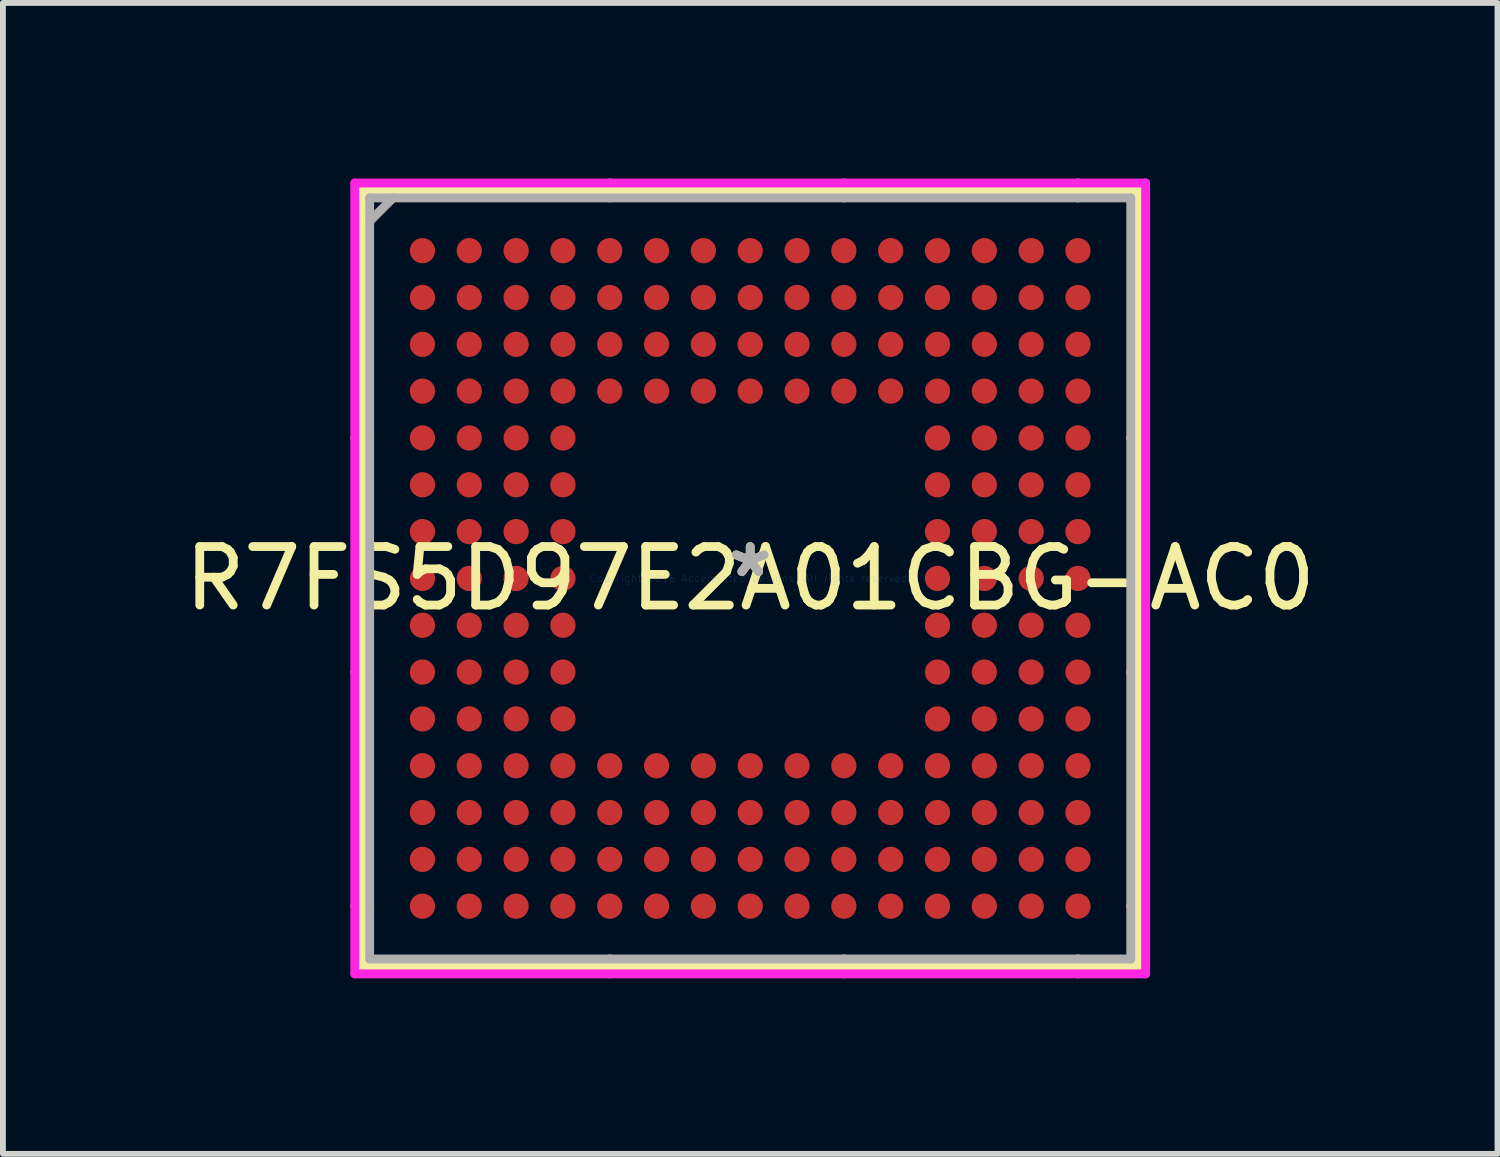
<source format=kicad_pcb>
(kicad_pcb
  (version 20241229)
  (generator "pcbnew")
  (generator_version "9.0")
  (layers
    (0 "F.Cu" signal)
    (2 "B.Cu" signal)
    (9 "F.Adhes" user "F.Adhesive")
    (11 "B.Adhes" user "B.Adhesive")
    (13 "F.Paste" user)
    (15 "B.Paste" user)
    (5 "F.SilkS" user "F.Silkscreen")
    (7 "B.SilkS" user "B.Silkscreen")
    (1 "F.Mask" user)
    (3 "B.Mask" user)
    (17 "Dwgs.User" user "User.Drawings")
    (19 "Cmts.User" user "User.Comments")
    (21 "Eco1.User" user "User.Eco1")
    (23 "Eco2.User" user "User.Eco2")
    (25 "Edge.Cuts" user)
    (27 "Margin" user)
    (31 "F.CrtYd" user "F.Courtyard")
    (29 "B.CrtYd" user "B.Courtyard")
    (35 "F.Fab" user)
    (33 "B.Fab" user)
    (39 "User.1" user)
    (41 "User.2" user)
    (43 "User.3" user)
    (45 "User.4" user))
  (footprint "R7FS5D97E2A01CBG-AC0"
    (layer "F.Cu")
    (at 9.768 6.833)
    (property "Reference" "R7FS5D97E2A01CBG-AC0" (at 0 0 0) (layer "F.SilkS") (effects (font (size 1 1) (thickness 0.15))))
    (attr through_hole)
    (fp_line (start -6.629 -6.629) (end -6.629 6.629) (stroke (width 0.152) (type solid)) (layer "F.SilkS"))
    (fp_line (start -6.629 6.629) (end 6.629 6.629) (stroke (width 0.152) (type solid)) (layer "F.SilkS"))
    (fp_line (start -6.502 -2.4) (end -6.756 -2.4) (stroke (width 0.152) (type solid)) (layer "F.SilkS"))
    (fp_line (start -6.502 1.6) (end -6.756 1.6) (stroke (width 0.152) (type solid)) (layer "F.SilkS"))
    (fp_line (start -6.502 5.6) (end -6.756 5.6) (stroke (width 0.152) (type solid)) (layer "F.SilkS"))
    (fp_line (start -2.4 -6.502) (end -2.4 -6.756) (stroke (width 0.152) (type solid)) (layer "F.SilkS"))
    (fp_line (start -2.4 6.502) (end -2.4 6.756) (stroke (width 0.152) (type solid)) (layer "F.SilkS"))
    (fp_line (start 1.6 -6.502) (end 1.6 -6.756) (stroke (width 0.152) (type solid)) (layer "F.SilkS"))
    (fp_line (start 1.6 6.502) (end 1.6 6.756) (stroke (width 0.152) (type solid)) (layer "F.SilkS"))
    (fp_line (start 5.6 -6.502) (end 5.6 -6.756) (stroke (width 0.152) (type solid)) (layer "F.SilkS"))
    (fp_line (start 5.6 6.502) (end 5.6 6.756) (stroke (width 0.152) (type solid)) (layer "F.SilkS"))
    (fp_line (start 6.502 -2.4) (end 6.756 -2.4) (stroke (width 0.152) (type solid)) (layer "F.SilkS"))
    (fp_line (start 6.502 1.6) (end 6.756 1.6) (stroke (width 0.152) (type solid)) (layer "F.SilkS"))
    (fp_line (start 6.502 5.6) (end 6.756 5.6) (stroke (width 0.152) (type solid)) (layer "F.SilkS"))
    (fp_line (start 6.629 -6.629) (end -6.629 -6.629) (stroke (width 0.152) (type solid)) (layer "F.SilkS"))
    (fp_line (start 6.629 6.629) (end 6.629 -6.629) (stroke (width 0.152) (type solid)) (layer "F.SilkS"))
    (fp_line (start -6.756 -6.756) (end 6.756 -6.756) (stroke (width 0.152) (type solid)) (layer "F.CrtYd"))
    (fp_line (start -6.756 6.756) (end -6.756 -6.756) (stroke (width 0.152) (type solid)) (layer "F.CrtYd"))
    (fp_line (start 6.756 -6.756) (end 6.756 6.756) (stroke (width 0.152) (type solid)) (layer "F.CrtYd"))
    (fp_line (start 6.756 6.756) (end -6.756 6.756) (stroke (width 0.152) (type solid)) (layer "F.CrtYd"))
    (fp_line (start -6.502 -6.502) (end -6.502 6.502) (stroke (width 0.152) (type solid)) (layer "F.Fab"))
    (fp_line (start -6.502 6.502) (end 6.502 6.502) (stroke (width 0.152) (type solid)) (layer "F.Fab"))
    (fp_line (start -6.102 -6.502) (end -6.502 -6.102) (stroke (width 0.152) (type solid)) (layer "F.Fab"))
    (fp_line (start 6.502 -6.502) (end -6.502 -6.502) (stroke (width 0.152) (type solid)) (layer "F.Fab"))
    (fp_line (start 6.502 6.502) (end 6.502 -6.502) (stroke (width 0.152) (type solid)) (layer "F.Fab"))
    (fp_text user "*" (at 0 0 0) (layer "F.SilkS") (effects (font (size 1 1) (thickness 0.15))))
    (fp_text user "Copyright 2016 Accelerated Designs. All rights reserved." (at 0 0 0) (layer "Cmts.User") (effects (font (size 0.127 0.127) (thickness 0.002))))
    (fp_text user "*" (at 0 0 0) (layer "F.Fab") (effects (font (size 1 1) (thickness 0.15))))
    (pad "A1" smd circle (at -5.6 -5.6) (size 0.432 0.432) (layers "F.Cu" "F.Mask" "F.Paste"))
    (pad "A2" smd circle (at -4.8 -5.6) (size 0.432 0.432) (layers "F.Cu" "F.Mask" "F.Paste"))
    (pad "A3" smd circle (at -4 -5.6) (size 0.432 0.432) (layers "F.Cu" "F.Mask" "F.Paste"))
    (pad "A4" smd circle (at -3.2 -5.6) (size 0.432 0.432) (layers "F.Cu" "F.Mask" "F.Paste"))
    (pad "A5" smd circle (at -2.4 -5.6) (size 0.432 0.432) (layers "F.Cu" "F.Mask" "F.Paste"))
    (pad "A6" smd circle (at -1.6 -5.6) (size 0.432 0.432) (layers "F.Cu" "F.Mask" "F.Paste"))
    (pad "A7" smd circle (at -0.8 -5.6) (size 0.432 0.432) (layers "F.Cu" "F.Mask" "F.Paste"))
    (pad "A8" smd circle (at 0 -5.6) (size 0.432 0.432) (layers "F.Cu" "F.Mask" "F.Paste"))
    (pad "A9" smd circle (at 0.8 -5.6) (size 0.432 0.432) (layers "F.Cu" "F.Mask" "F.Paste"))
    (pad "A10" smd circle (at 1.6 -5.6) (size 0.432 0.432) (layers "F.Cu" "F.Mask" "F.Paste"))
    (pad "A11" smd circle (at 2.4 -5.6) (size 0.432 0.432) (layers "F.Cu" "F.Mask" "F.Paste"))
    (pad "A12" smd circle (at 3.2 -5.6) (size 0.432 0.432) (layers "F.Cu" "F.Mask" "F.Paste"))
    (pad "A13" smd circle (at 4 -5.6) (size 0.432 0.432) (layers "F.Cu" "F.Mask" "F.Paste"))
    (pad "A14" smd circle (at 4.8 -5.6) (size 0.432 0.432) (layers "F.Cu" "F.Mask" "F.Paste"))
    (pad "A15" smd circle (at 5.6 -5.6) (size 0.432 0.432) (layers "F.Cu" "F.Mask" "F.Paste"))
    (pad "B1" smd circle (at -5.6 -4.8) (size 0.432 0.432) (layers "F.Cu" "F.Mask" "F.Paste"))
    (pad "B2" smd circle (at -4.8 -4.8) (size 0.432 0.432) (layers "F.Cu" "F.Mask" "F.Paste"))
    (pad "B3" smd circle (at -4 -4.8) (size 0.432 0.432) (layers "F.Cu" "F.Mask" "F.Paste"))
    (pad "B4" smd circle (at -3.2 -4.8) (size 0.432 0.432) (layers "F.Cu" "F.Mask" "F.Paste"))
    (pad "B5" smd circle (at -2.4 -4.8) (size 0.432 0.432) (layers "F.Cu" "F.Mask" "F.Paste"))
    (pad "B6" smd circle (at -1.6 -4.8) (size 0.432 0.432) (layers "F.Cu" "F.Mask" "F.Paste"))
    (pad "B7" smd circle (at -0.8 -4.8) (size 0.432 0.432) (layers "F.Cu" "F.Mask" "F.Paste"))
    (pad "B8" smd circle (at 0 -4.8) (size 0.432 0.432) (layers "F.Cu" "F.Mask" "F.Paste"))
    (pad "B9" smd circle (at 0.8 -4.8) (size 0.432 0.432) (layers "F.Cu" "F.Mask" "F.Paste"))
    (pad "B10" smd circle (at 1.6 -4.8) (size 0.432 0.432) (layers "F.Cu" "F.Mask" "F.Paste"))
    (pad "B11" smd circle (at 2.4 -4.8) (size 0.432 0.432) (layers "F.Cu" "F.Mask" "F.Paste"))
    (pad "B12" smd circle (at 3.2 -4.8) (size 0.432 0.432) (layers "F.Cu" "F.Mask" "F.Paste"))
    (pad "B13" smd circle (at 4 -4.8) (size 0.432 0.432) (layers "F.Cu" "F.Mask" "F.Paste"))
    (pad "B14" smd circle (at 4.8 -4.8) (size 0.432 0.432) (layers "F.Cu" "F.Mask" "F.Paste"))
    (pad "B15" smd circle (at 5.6 -4.8) (size 0.432 0.432) (layers "F.Cu" "F.Mask" "F.Paste"))
    (pad "C1" smd circle (at -5.6 -4) (size 0.432 0.432) (layers "F.Cu" "F.Mask" "F.Paste"))
    (pad "C2" smd circle (at -4.8 -4) (size 0.432 0.432) (layers "F.Cu" "F.Mask" "F.Paste"))
    (pad "C3" smd circle (at -4 -4) (size 0.432 0.432) (layers "F.Cu" "F.Mask" "F.Paste"))
    (pad "C4" smd circle (at -3.2 -4) (size 0.432 0.432) (layers "F.Cu" "F.Mask" "F.Paste"))
    (pad "C5" smd circle (at -2.4 -4) (size 0.432 0.432) (layers "F.Cu" "F.Mask" "F.Paste"))
    (pad "C6" smd circle (at -1.6 -4) (size 0.432 0.432) (layers "F.Cu" "F.Mask" "F.Paste"))
    (pad "C7" smd circle (at -0.8 -4) (size 0.432 0.432) (layers "F.Cu" "F.Mask" "F.Paste"))
    (pad "C8" smd circle (at 0 -4) (size 0.432 0.432) (layers "F.Cu" "F.Mask" "F.Paste"))
    (pad "C9" smd circle (at 0.8 -4) (size 0.432 0.432) (layers "F.Cu" "F.Mask" "F.Paste"))
    (pad "C10" smd circle (at 1.6 -4) (size 0.432 0.432) (layers "F.Cu" "F.Mask" "F.Paste"))
    (pad "C11" smd circle (at 2.4 -4) (size 0.432 0.432) (layers "F.Cu" "F.Mask" "F.Paste"))
    (pad "C12" smd circle (at 3.2 -4) (size 0.432 0.432) (layers "F.Cu" "F.Mask" "F.Paste"))
    (pad "C13" smd circle (at 4 -4) (size 0.432 0.432) (layers "F.Cu" "F.Mask" "F.Paste"))
    (pad "C14" smd circle (at 4.8 -4) (size 0.432 0.432) (layers "F.Cu" "F.Mask" "F.Paste"))
    (pad "C15" smd circle (at 5.6 -4) (size 0.432 0.432) (layers "F.Cu" "F.Mask" "F.Paste"))
    (pad "D1" smd circle (at -5.6 -3.2) (size 0.432 0.432) (layers "F.Cu" "F.Mask" "F.Paste"))
    (pad "D2" smd circle (at -4.8 -3.2) (size 0.432 0.432) (layers "F.Cu" "F.Mask" "F.Paste"))
    (pad "D3" smd circle (at -4 -3.2) (size 0.432 0.432) (layers "F.Cu" "F.Mask" "F.Paste"))
    (pad "D4" smd circle (at -3.2 -3.2) (size 0.432 0.432) (layers "F.Cu" "F.Mask" "F.Paste"))
    (pad "D5" smd circle (at -2.4 -3.2) (size 0.432 0.432) (layers "F.Cu" "F.Mask" "F.Paste"))
    (pad "D6" smd circle (at -1.6 -3.2) (size 0.432 0.432) (layers "F.Cu" "F.Mask" "F.Paste"))
    (pad "D7" smd circle (at -0.8 -3.2) (size 0.432 0.432) (layers "F.Cu" "F.Mask" "F.Paste"))
    (pad "D8" smd circle (at 0 -3.2) (size 0.432 0.432) (layers "F.Cu" "F.Mask" "F.Paste"))
    (pad "D9" smd circle (at 0.8 -3.2) (size 0.432 0.432) (layers "F.Cu" "F.Mask" "F.Paste"))
    (pad "D10" smd circle (at 1.6 -3.2) (size 0.432 0.432) (layers "F.Cu" "F.Mask" "F.Paste"))
    (pad "D11" smd circle (at 2.4 -3.2) (size 0.432 0.432) (layers "F.Cu" "F.Mask" "F.Paste"))
    (pad "D12" smd circle (at 3.2 -3.2) (size 0.432 0.432) (layers "F.Cu" "F.Mask" "F.Paste"))
    (pad "D13" smd circle (at 4 -3.2) (size 0.432 0.432) (layers "F.Cu" "F.Mask" "F.Paste"))
    (pad "D14" smd circle (at 4.8 -3.2) (size 0.432 0.432) (layers "F.Cu" "F.Mask" "F.Paste"))
    (pad "D15" smd circle (at 5.6 -3.2) (size 0.432 0.432) (layers "F.Cu" "F.Mask" "F.Paste"))
    (pad "E1" smd circle (at -5.6 -2.4) (size 0.432 0.432) (layers "F.Cu" "F.Mask" "F.Paste"))
    (pad "E2" smd circle (at -4.8 -2.4) (size 0.432 0.432) (layers "F.Cu" "F.Mask" "F.Paste"))
    (pad "E3" smd circle (at -4 -2.4) (size 0.432 0.432) (layers "F.Cu" "F.Mask" "F.Paste"))
    (pad "E4" smd circle (at -3.2 -2.4) (size 0.432 0.432) (layers "F.Cu" "F.Mask" "F.Paste"))
    (pad "E12" smd circle (at 3.2 -2.4) (size 0.432 0.432) (layers "F.Cu" "F.Mask" "F.Paste"))
    (pad "E13" smd circle (at 4 -2.4) (size 0.432 0.432) (layers "F.Cu" "F.Mask" "F.Paste"))
    (pad "E14" smd circle (at 4.8 -2.4) (size 0.432 0.432) (layers "F.Cu" "F.Mask" "F.Paste"))
    (pad "E15" smd circle (at 5.6 -2.4) (size 0.432 0.432) (layers "F.Cu" "F.Mask" "F.Paste"))
    (pad "F1" smd circle (at -5.6 -1.6) (size 0.432 0.432) (layers "F.Cu" "F.Mask" "F.Paste"))
    (pad "F2" smd circle (at -4.8 -1.6) (size 0.432 0.432) (layers "F.Cu" "F.Mask" "F.Paste"))
    (pad "F3" smd circle (at -4 -1.6) (size 0.432 0.432) (layers "F.Cu" "F.Mask" "F.Paste"))
    (pad "F4" smd circle (at -3.2 -1.6) (size 0.432 0.432) (layers "F.Cu" "F.Mask" "F.Paste"))
    (pad "F12" smd circle (at 3.2 -1.6) (size 0.432 0.432) (layers "F.Cu" "F.Mask" "F.Paste"))
    (pad "F13" smd circle (at 4 -1.6) (size 0.432 0.432) (layers "F.Cu" "F.Mask" "F.Paste"))
    (pad "F14" smd circle (at 4.8 -1.6) (size 0.432 0.432) (layers "F.Cu" "F.Mask" "F.Paste"))
    (pad "F15" smd circle (at 5.6 -1.6) (size 0.432 0.432) (layers "F.Cu" "F.Mask" "F.Paste"))
    (pad "G1" smd circle (at -5.6 -0.8) (size 0.432 0.432) (layers "F.Cu" "F.Mask" "F.Paste"))
    (pad "G2" smd circle (at -4.8 -0.8) (size 0.432 0.432) (layers "F.Cu" "F.Mask" "F.Paste"))
    (pad "G3" smd circle (at -4 -0.8) (size 0.432 0.432) (layers "F.Cu" "F.Mask" "F.Paste"))
    (pad "G4" smd circle (at -3.2 -0.8) (size 0.432 0.432) (layers "F.Cu" "F.Mask" "F.Paste"))
    (pad "G12" smd circle (at 3.2 -0.8) (size 0.432 0.432) (layers "F.Cu" "F.Mask" "F.Paste"))
    (pad "G13" smd circle (at 4 -0.8) (size 0.432 0.432) (layers "F.Cu" "F.Mask" "F.Paste"))
    (pad "G14" smd circle (at 4.8 -0.8) (size 0.432 0.432) (layers "F.Cu" "F.Mask" "F.Paste"))
    (pad "G15" smd circle (at 5.6 -0.8) (size 0.432 0.432) (layers "F.Cu" "F.Mask" "F.Paste"))
    (pad "H1" smd circle (at -5.6 0) (size 0.432 0.432) (layers "F.Cu" "F.Mask" "F.Paste"))
    (pad "H2" smd circle (at -4.8 0) (size 0.432 0.432) (layers "F.Cu" "F.Mask" "F.Paste"))
    (pad "H3" smd circle (at -4 0) (size 0.432 0.432) (layers "F.Cu" "F.Mask" "F.Paste"))
    (pad "H4" smd circle (at -3.2 0) (size 0.432 0.432) (layers "F.Cu" "F.Mask" "F.Paste"))
    (pad "H12" smd circle (at 3.2 0) (size 0.432 0.432) (layers "F.Cu" "F.Mask" "F.Paste"))
    (pad "H13" smd circle (at 4 0) (size 0.432 0.432) (layers "F.Cu" "F.Mask" "F.Paste"))
    (pad "H14" smd circle (at 4.8 0) (size 0.432 0.432) (layers "F.Cu" "F.Mask" "F.Paste"))
    (pad "H15" smd circle (at 5.6 0) (size 0.432 0.432) (layers "F.Cu" "F.Mask" "F.Paste"))
    (pad "J1" smd circle (at -5.6 0.8) (size 0.432 0.432) (layers "F.Cu" "F.Mask" "F.Paste"))
    (pad "J2" smd circle (at -4.8 0.8) (size 0.432 0.432) (layers "F.Cu" "F.Mask" "F.Paste"))
    (pad "J3" smd circle (at -4 0.8) (size 0.432 0.432) (layers "F.Cu" "F.Mask" "F.Paste"))
    (pad "J4" smd circle (at -3.2 0.8) (size 0.432 0.432) (layers "F.Cu" "F.Mask" "F.Paste"))
    (pad "J12" smd circle (at 3.2 0.8) (size 0.432 0.432) (layers "F.Cu" "F.Mask" "F.Paste"))
    (pad "J13" smd circle (at 4 0.8) (size 0.432 0.432) (layers "F.Cu" "F.Mask" "F.Paste"))
    (pad "J14" smd circle (at 4.8 0.8) (size 0.432 0.432) (layers "F.Cu" "F.Mask" "F.Paste"))
    (pad "J15" smd circle (at 5.6 0.8) (size 0.432 0.432) (layers "F.Cu" "F.Mask" "F.Paste"))
    (pad "K1" smd circle (at -5.6 1.6) (size 0.432 0.432) (layers "F.Cu" "F.Mask" "F.Paste"))
    (pad "K2" smd circle (at -4.8 1.6) (size 0.432 0.432) (layers "F.Cu" "F.Mask" "F.Paste"))
    (pad "K3" smd circle (at -4 1.6) (size 0.432 0.432) (layers "F.Cu" "F.Mask" "F.Paste"))
    (pad "K4" smd circle (at -3.2 1.6) (size 0.432 0.432) (layers "F.Cu" "F.Mask" "F.Paste"))
    (pad "K12" smd circle (at 3.2 1.6) (size 0.432 0.432) (layers "F.Cu" "F.Mask" "F.Paste"))
    (pad "K13" smd circle (at 4 1.6) (size 0.432 0.432) (layers "F.Cu" "F.Mask" "F.Paste"))
    (pad "K14" smd circle (at 4.8 1.6) (size 0.432 0.432) (layers "F.Cu" "F.Mask" "F.Paste"))
    (pad "K15" smd circle (at 5.6 1.6) (size 0.432 0.432) (layers "F.Cu" "F.Mask" "F.Paste"))
    (pad "L1" smd circle (at -5.6 2.4) (size 0.432 0.432) (layers "F.Cu" "F.Mask" "F.Paste"))
    (pad "L2" smd circle (at -4.8 2.4) (size 0.432 0.432) (layers "F.Cu" "F.Mask" "F.Paste"))
    (pad "L3" smd circle (at -4 2.4) (size 0.432 0.432) (layers "F.Cu" "F.Mask" "F.Paste"))
    (pad "L4" smd circle (at -3.2 2.4) (size 0.432 0.432) (layers "F.Cu" "F.Mask" "F.Paste"))
    (pad "L12" smd circle (at 3.2 2.4) (size 0.432 0.432) (layers "F.Cu" "F.Mask" "F.Paste"))
    (pad "L13" smd circle (at 4 2.4) (size 0.432 0.432) (layers "F.Cu" "F.Mask" "F.Paste"))
    (pad "L14" smd circle (at 4.8 2.4) (size 0.432 0.432) (layers "F.Cu" "F.Mask" "F.Paste"))
    (pad "L15" smd circle (at 5.6 2.4) (size 0.432 0.432) (layers "F.Cu" "F.Mask" "F.Paste"))
    (pad "M1" smd circle (at -5.6 3.2) (size 0.432 0.432) (layers "F.Cu" "F.Mask" "F.Paste"))
    (pad "M2" smd circle (at -4.8 3.2) (size 0.432 0.432) (layers "F.Cu" "F.Mask" "F.Paste"))
    (pad "M3" smd circle (at -4 3.2) (size 0.432 0.432) (layers "F.Cu" "F.Mask" "F.Paste"))
    (pad "M4" smd circle (at -3.2 3.2) (size 0.432 0.432) (layers "F.Cu" "F.Mask" "F.Paste"))
    (pad "M5" smd circle (at -2.4 3.2) (size 0.432 0.432) (layers "F.Cu" "F.Mask" "F.Paste"))
    (pad "M6" smd circle (at -1.6 3.2) (size 0.432 0.432) (layers "F.Cu" "F.Mask" "F.Paste"))
    (pad "M7" smd circle (at -0.8 3.2) (size 0.432 0.432) (layers "F.Cu" "F.Mask" "F.Paste"))
    (pad "M8" smd circle (at 0 3.2) (size 0.432 0.432) (layers "F.Cu" "F.Mask" "F.Paste"))
    (pad "M9" smd circle (at 0.8 3.2) (size 0.432 0.432) (layers "F.Cu" "F.Mask" "F.Paste"))
    (pad "M10" smd circle (at 1.6 3.2) (size 0.432 0.432) (layers "F.Cu" "F.Mask" "F.Paste"))
    (pad "M11" smd circle (at 2.4 3.2) (size 0.432 0.432) (layers "F.Cu" "F.Mask" "F.Paste"))
    (pad "M12" smd circle (at 3.2 3.2) (size 0.432 0.432) (layers "F.Cu" "F.Mask" "F.Paste"))
    (pad "M13" smd circle (at 4 3.2) (size 0.432 0.432) (layers "F.Cu" "F.Mask" "F.Paste"))
    (pad "M14" smd circle (at 4.8 3.2) (size 0.432 0.432) (layers "F.Cu" "F.Mask" "F.Paste"))
    (pad "M15" smd circle (at 5.6 3.2) (size 0.432 0.432) (layers "F.Cu" "F.Mask" "F.Paste"))
    (pad "N1" smd circle (at -5.6 4) (size 0.432 0.432) (layers "F.Cu" "F.Mask" "F.Paste"))
    (pad "N2" smd circle (at -4.8 4) (size 0.432 0.432) (layers "F.Cu" "F.Mask" "F.Paste"))
    (pad "N3" smd circle (at -4 4) (size 0.432 0.432) (layers "F.Cu" "F.Mask" "F.Paste"))
    (pad "N4" smd circle (at -3.2 4) (size 0.432 0.432) (layers "F.Cu" "F.Mask" "F.Paste"))
    (pad "N5" smd circle (at -2.4 4) (size 0.432 0.432) (layers "F.Cu" "F.Mask" "F.Paste"))
    (pad "N6" smd circle (at -1.6 4) (size 0.432 0.432) (layers "F.Cu" "F.Mask" "F.Paste"))
    (pad "N7" smd circle (at -0.8 4) (size 0.432 0.432) (layers "F.Cu" "F.Mask" "F.Paste"))
    (pad "N8" smd circle (at 0 4) (size 0.432 0.432) (layers "F.Cu" "F.Mask" "F.Paste"))
    (pad "N9" smd circle (at 0.8 4) (size 0.432 0.432) (layers "F.Cu" "F.Mask" "F.Paste"))
    (pad "N10" smd circle (at 1.6 4) (size 0.432 0.432) (layers "F.Cu" "F.Mask" "F.Paste"))
    (pad "N11" smd circle (at 2.4 4) (size 0.432 0.432) (layers "F.Cu" "F.Mask" "F.Paste"))
    (pad "N12" smd circle (at 3.2 4) (size 0.432 0.432) (layers "F.Cu" "F.Mask" "F.Paste"))
    (pad "N13" smd circle (at 4 4) (size 0.432 0.432) (layers "F.Cu" "F.Mask" "F.Paste"))
    (pad "N14" smd circle (at 4.8 4) (size 0.432 0.432) (layers "F.Cu" "F.Mask" "F.Paste"))
    (pad "N15" smd circle (at 5.6 4) (size 0.432 0.432) (layers "F.Cu" "F.Mask" "F.Paste"))
    (pad "P1" smd circle (at -5.6 4.8) (size 0.432 0.432) (layers "F.Cu" "F.Mask" "F.Paste"))
    (pad "P2" smd circle (at -4.8 4.8) (size 0.432 0.432) (layers "F.Cu" "F.Mask" "F.Paste"))
    (pad "P3" smd circle (at -4 4.8) (size 0.432 0.432) (layers "F.Cu" "F.Mask" "F.Paste"))
    (pad "P4" smd circle (at -3.2 4.8) (size 0.432 0.432) (layers "F.Cu" "F.Mask" "F.Paste"))
    (pad "P5" smd circle (at -2.4 4.8) (size 0.432 0.432) (layers "F.Cu" "F.Mask" "F.Paste"))
    (pad "P6" smd circle (at -1.6 4.8) (size 0.432 0.432) (layers "F.Cu" "F.Mask" "F.Paste"))
    (pad "P7" smd circle (at -0.8 4.8) (size 0.432 0.432) (layers "F.Cu" "F.Mask" "F.Paste"))
    (pad "P8" smd circle (at 0 4.8) (size 0.432 0.432) (layers "F.Cu" "F.Mask" "F.Paste"))
    (pad "P9" smd circle (at 0.8 4.8) (size 0.432 0.432) (layers "F.Cu" "F.Mask" "F.Paste"))
    (pad "P10" smd circle (at 1.6 4.8) (size 0.432 0.432) (layers "F.Cu" "F.Mask" "F.Paste"))
    (pad "P11" smd circle (at 2.4 4.8) (size 0.432 0.432) (layers "F.Cu" "F.Mask" "F.Paste"))
    (pad "P12" smd circle (at 3.2 4.8) (size 0.432 0.432) (layers "F.Cu" "F.Mask" "F.Paste"))
    (pad "P13" smd circle (at 4 4.8) (size 0.432 0.432) (layers "F.Cu" "F.Mask" "F.Paste"))
    (pad "P14" smd circle (at 4.8 4.8) (size 0.432 0.432) (layers "F.Cu" "F.Mask" "F.Paste"))
    (pad "P15" smd circle (at 5.6 4.8) (size 0.432 0.432) (layers "F.Cu" "F.Mask" "F.Paste"))
    (pad "R1" smd circle (at -5.6 5.6) (size 0.432 0.432) (layers "F.Cu" "F.Mask" "F.Paste"))
    (pad "R2" smd circle (at -4.8 5.6) (size 0.432 0.432) (layers "F.Cu" "F.Mask" "F.Paste"))
    (pad "R3" smd circle (at -4 5.6) (size 0.432 0.432) (layers "F.Cu" "F.Mask" "F.Paste"))
    (pad "R4" smd circle (at -3.2 5.6) (size 0.432 0.432) (layers "F.Cu" "F.Mask" "F.Paste"))
    (pad "R5" smd circle (at -2.4 5.6) (size 0.432 0.432) (layers "F.Cu" "F.Mask" "F.Paste"))
    (pad "R6" smd circle (at -1.6 5.6) (size 0.432 0.432) (layers "F.Cu" "F.Mask" "F.Paste"))
    (pad "R7" smd circle (at -0.8 5.6) (size 0.432 0.432) (layers "F.Cu" "F.Mask" "F.Paste"))
    (pad "R8" smd circle (at 0 5.6) (size 0.432 0.432) (layers "F.Cu" "F.Mask" "F.Paste"))
    (pad "R9" smd circle (at 0.8 5.6) (size 0.432 0.432) (layers "F.Cu" "F.Mask" "F.Paste"))
    (pad "R10" smd circle (at 1.6 5.6) (size 0.432 0.432) (layers "F.Cu" "F.Mask" "F.Paste"))
    (pad "R11" smd circle (at 2.4 5.6) (size 0.432 0.432) (layers "F.Cu" "F.Mask" "F.Paste"))
    (pad "R12" smd circle (at 3.2 5.6) (size 0.432 0.432) (layers "F.Cu" "F.Mask" "F.Paste"))
    (pad "R13" smd circle (at 4 5.6) (size 0.432 0.432) (layers "F.Cu" "F.Mask" "F.Paste"))
    (pad "R14" smd circle (at 4.8 5.6) (size 0.432 0.432) (layers "F.Cu" "F.Mask" "F.Paste"))
    (pad "R15" smd circle (at 5.6 5.6) (size 0.432 0.432) (layers "F.Cu" "F.Mask" "F.Paste")))
  (gr_rect
    (start -3 -3)
    (end 22.536 16.665)
    (stroke (width 0.1) (type default))
    (fill no)
    (layer "Edge.Cuts")))
</source>
